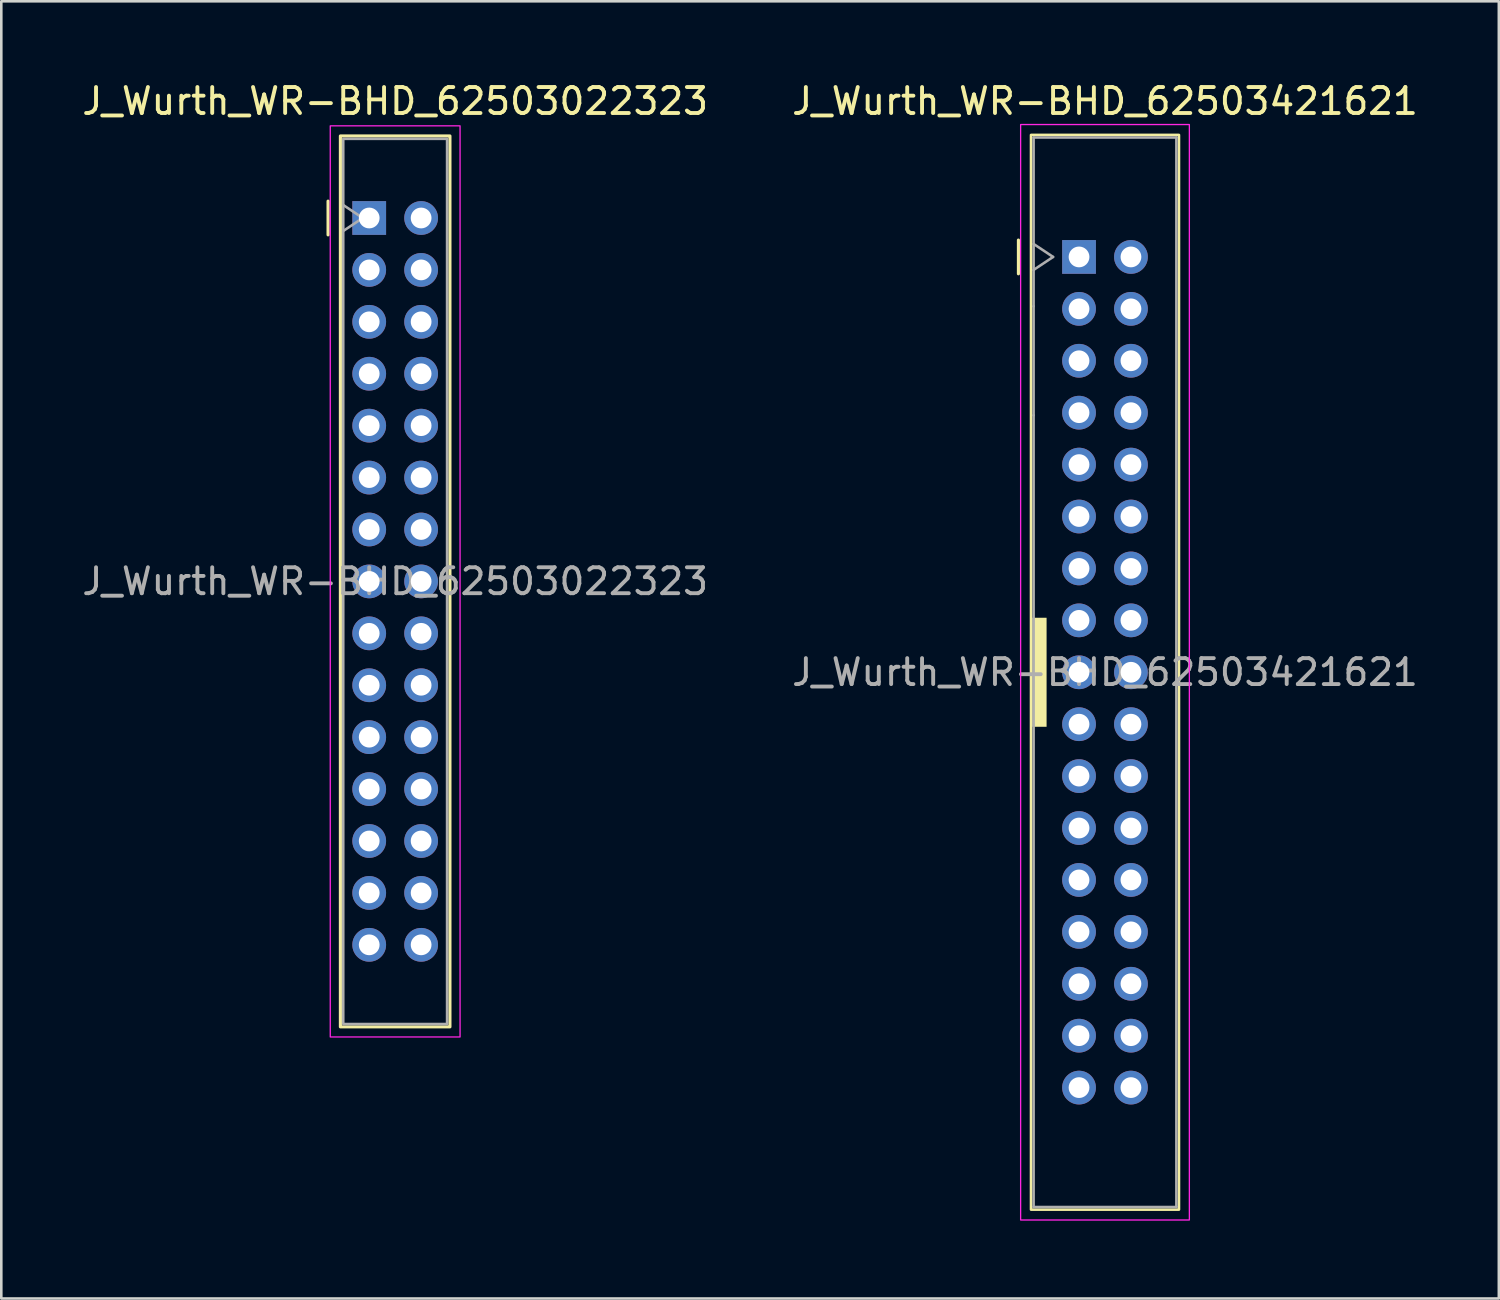
<source format=kicad_pcb>
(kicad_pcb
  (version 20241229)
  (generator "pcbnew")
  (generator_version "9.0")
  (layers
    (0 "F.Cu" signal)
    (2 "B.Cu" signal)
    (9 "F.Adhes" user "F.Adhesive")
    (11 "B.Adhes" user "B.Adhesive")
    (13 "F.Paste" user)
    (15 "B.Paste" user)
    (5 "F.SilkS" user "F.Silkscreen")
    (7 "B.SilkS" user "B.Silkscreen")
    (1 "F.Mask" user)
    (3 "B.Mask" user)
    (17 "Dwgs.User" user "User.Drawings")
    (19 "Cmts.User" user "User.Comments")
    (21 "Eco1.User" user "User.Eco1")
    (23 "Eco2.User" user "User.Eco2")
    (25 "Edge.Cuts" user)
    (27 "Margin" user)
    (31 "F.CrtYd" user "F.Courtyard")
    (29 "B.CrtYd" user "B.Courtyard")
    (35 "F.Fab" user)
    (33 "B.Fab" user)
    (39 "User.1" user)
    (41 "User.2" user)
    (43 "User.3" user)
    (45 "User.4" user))
  (footprint "J_Wurth_WR-BHD_62503022323"
    (layer "F.Cu")
    (at 11.173 5.348)
    (property "Reference" "J_Wurth_WR-BHD_62503022323" (at 1 -4.5 0) (unlocked yes) (layer "F.SilkS") (effects (font (size 1 1) (thickness 0.15))))
    (attr through_hole)
    (fp_line (start -1.585 -0.65) (end -1.585 0.65) (stroke (width 0.12) (type solid)) (layer "F.SilkS"))
    (fp_rect (start -1.11 -3.16) (end 3.11 31.16) (stroke (width 0.12) (type solid)) (fill no) (layer "F.SilkS"))
    (fp_rect (start -1.5 -3.55) (end 3.5 31.55) (stroke (width 0.05) (type solid)) (fill no) (layer "F.CrtYd"))
    (fp_line (start -0.25 0) (end -1 -0.5) (stroke (width 0.1) (type solid)) (layer "F.Fab"))
    (fp_line (start -0.25 0) (end -1 0.5) (stroke (width 0.1) (type solid)) (layer "F.Fab"))
    (fp_rect (start -1 -3.05) (end 3 31.05) (stroke (width 0.1) (type solid)) (fill no) (layer "F.Fab"))
    (fp_text user "${REFERENCE}" (at 1 14 0) (unlocked yes) (layer "F.Fab") (effects (font (size 1 1) (thickness 0.15))))
    (pad "1" thru_hole rect (at 0 0 270) (size 1.3 1.3) (drill 0.8) (layers "*.Cu" "*.Mask"))
    (pad "2" thru_hole circle (at 2 0 270) (size 1.3 1.3) (drill 0.8) (layers "*.Cu" "*.Mask"))
    (pad "3" thru_hole circle (at 0 2 270) (size 1.3 1.3) (drill 0.8) (layers "*.Cu" "*.Mask"))
    (pad "4" thru_hole circle (at 2 2 270) (size 1.3 1.3) (drill 0.8) (layers "*.Cu" "*.Mask"))
    (pad "5" thru_hole circle (at 0 4 270) (size 1.3 1.3) (drill 0.8) (layers "*.Cu" "*.Mask"))
    (pad "6" thru_hole circle (at 2 4 270) (size 1.3 1.3) (drill 0.8) (layers "*.Cu" "*.Mask"))
    (pad "7" thru_hole circle (at 0 6 270) (size 1.3 1.3) (drill 0.8) (layers "*.Cu" "*.Mask"))
    (pad "8" thru_hole circle (at 2 6 270) (size 1.3 1.3) (drill 0.8) (layers "*.Cu" "*.Mask"))
    (pad "9" thru_hole circle (at 0 8 270) (size 1.3 1.3) (drill 0.8) (layers "*.Cu" "*.Mask"))
    (pad "10" thru_hole circle (at 2 8 270) (size 1.3 1.3) (drill 0.8) (layers "*.Cu" "*.Mask"))
    (pad "11" thru_hole circle (at 0 10 270) (size 1.3 1.3) (drill 0.8) (layers "*.Cu" "*.Mask"))
    (pad "12" thru_hole circle (at 2 10 270) (size 1.3 1.3) (drill 0.8) (layers "*.Cu" "*.Mask"))
    (pad "13" thru_hole circle (at 0 12 270) (size 1.3 1.3) (drill 0.8) (layers "*.Cu" "*.Mask"))
    (pad "14" thru_hole circle (at 2 12 270) (size 1.3 1.3) (drill 0.8) (layers "*.Cu" "*.Mask"))
    (pad "15" thru_hole circle (at 0 14 270) (size 1.3 1.3) (drill 0.8) (layers "*.Cu" "*.Mask"))
    (pad "16" thru_hole circle (at 2 14 270) (size 1.3 1.3) (drill 0.8) (layers "*.Cu" "*.Mask"))
    (pad "17" thru_hole circle (at 0 16 270) (size 1.3 1.3) (drill 0.8) (layers "*.Cu" "*.Mask"))
    (pad "18" thru_hole circle (at 2 16 270) (size 1.3 1.3) (drill 0.8) (layers "*.Cu" "*.Mask"))
    (pad "19" thru_hole circle (at 0 18 270) (size 1.3 1.3) (drill 0.8) (layers "*.Cu" "*.Mask"))
    (pad "20" thru_hole circle (at 2 18 270) (size 1.3 1.3) (drill 0.8) (layers "*.Cu" "*.Mask"))
    (pad "21" thru_hole circle (at 0 20 270) (size 1.3 1.3) (drill 0.8) (layers "*.Cu" "*.Mask"))
    (pad "22" thru_hole circle (at 2 20 270) (size 1.3 1.3) (drill 0.8) (layers "*.Cu" "*.Mask"))
    (pad "23" thru_hole circle (at 0 22 270) (size 1.3 1.3) (drill 0.8) (layers "*.Cu" "*.Mask"))
    (pad "24" thru_hole circle (at 2 22 270) (size 1.3 1.3) (drill 0.8) (layers "*.Cu" "*.Mask"))
    (pad "25" thru_hole circle (at 0 24 270) (size 1.3 1.3) (drill 0.8) (layers "*.Cu" "*.Mask"))
    (pad "26" thru_hole circle (at 2 24 270) (size 1.3 1.3) (drill 0.8) (layers "*.Cu" "*.Mask"))
    (pad "27" thru_hole circle (at 0 26 270) (size 1.3 1.3) (drill 0.8) (layers "*.Cu" "*.Mask"))
    (pad "28" thru_hole circle (at 2 26 270) (size 1.3 1.3) (drill 0.8) (layers "*.Cu" "*.Mask"))
    (pad "29" thru_hole circle (at 0 28 270) (size 1.3 1.3) (drill 0.8) (layers "*.Cu" "*.Mask"))
    (pad "30" thru_hole circle (at 2 28 270) (size 1.3 1.3) (drill 0.8) (layers "*.Cu" "*.Mask")))
  (footprint "J_Wurth_WR-BHD_62503421621"
    (layer "F.Cu")
    (at 38.518 6.848)
    (property "Reference" "J_Wurth_WR-BHD_62503421621" (at 1 -6 0) (unlocked yes) (layer "F.SilkS") (effects (font (size 1 1) (thickness 0.15))))
    (attr through_hole)
    (fp_line (start -2.335 -0.65) (end -2.335 0.65) (stroke (width 0.12) (type solid)) (layer "F.SilkS"))
    (fp_rect (start -1.8 13.9) (end -1.25 18.1) (stroke (width 0) (type solid)) (fill yes) (layer "F.SilkS"))
    (fp_poly (pts (xy 3.85 36.7) (xy 3.85 -4.7) (xy -1.85 -4.7) (xy -1.85 36.7)) (stroke (width 0.1) (type solid)) (fill no) (layer "F.SilkS"))
    (fp_poly (pts (xy -2.25 -5.1) (xy -2.25 37.1) (xy 4.25 37.1) (xy 4.25 -5.1)) (stroke (width 0.05) (type solid)) (fill no) (layer "F.CrtYd"))
    (fp_line (start -1.75 -4.6) (end -1.75 1.9) (stroke (width 0.1) (type solid)) (layer "F.Fab"))
    (fp_line (start -1.75 1.9) (end -1.75 6.1) (stroke (width 0.1) (type solid)) (layer "F.Fab"))
    (fp_line (start -1.75 6.1) (end -1.75 36.6) (stroke (width 0.1) (type solid)) (layer "F.Fab"))
    (fp_line (start -1.75 36.6) (end 3.75 36.6) (stroke (width 0.1) (type solid)) (layer "F.Fab"))
    (fp_line (start -1 0) (end -1.75 -0.5) (stroke (width 0.1) (type solid)) (layer "F.Fab"))
    (fp_line (start -1 0) (end -1.75 0.5) (stroke (width 0.1) (type solid)) (layer "F.Fab"))
    (fp_line (start 3.75 -4.6) (end -1.75 -4.6) (stroke (width 0.1) (type solid)) (layer "F.Fab"))
    (fp_line (start 3.75 36.6) (end 3.75 -4.6) (stroke (width 0.1) (type solid)) (layer "F.Fab"))
    (fp_text user "${REFERENCE}" (at 1 16 0) (unlocked yes) (layer "F.Fab") (effects (font (size 1 1) (thickness 0.15))))
    (pad "1" thru_hole rect (at 0 0 270) (size 1.3 1.3) (drill 0.8) (layers "*.Cu" "*.Mask"))
    (pad "2" thru_hole circle (at 2 0 270) (size 1.3 1.3) (drill 0.8) (layers "*.Cu" "*.Mask"))
    (pad "3" thru_hole circle (at 0 2 270) (size 1.3 1.3) (drill 0.8) (layers "*.Cu" "*.Mask"))
    (pad "4" thru_hole circle (at 2 2 270) (size 1.3 1.3) (drill 0.8) (layers "*.Cu" "*.Mask"))
    (pad "5" thru_hole circle (at 0 4 270) (size 1.3 1.3) (drill 0.8) (layers "*.Cu" "*.Mask"))
    (pad "6" thru_hole circle (at 2 4 270) (size 1.3 1.3) (drill 0.8) (layers "*.Cu" "*.Mask"))
    (pad "7" thru_hole circle (at 0 6 270) (size 1.3 1.3) (drill 0.8) (layers "*.Cu" "*.Mask"))
    (pad "8" thru_hole circle (at 2 6 270) (size 1.3 1.3) (drill 0.8) (layers "*.Cu" "*.Mask"))
    (pad "9" thru_hole circle (at 0 8 270) (size 1.3 1.3) (drill 0.8) (layers "*.Cu" "*.Mask"))
    (pad "10" thru_hole circle (at 2 8 270) (size 1.3 1.3) (drill 0.8) (layers "*.Cu" "*.Mask"))
    (pad "11" thru_hole circle (at 0 10 270) (size 1.3 1.3) (drill 0.8) (layers "*.Cu" "*.Mask"))
    (pad "12" thru_hole circle (at 2 10 270) (size 1.3 1.3) (drill 0.8) (layers "*.Cu" "*.Mask"))
    (pad "13" thru_hole circle (at 0 12 270) (size 1.3 1.3) (drill 0.8) (layers "*.Cu" "*.Mask"))
    (pad "14" thru_hole circle (at 2 12 270) (size 1.3 1.3) (drill 0.8) (layers "*.Cu" "*.Mask"))
    (pad "15" thru_hole circle (at 0 14 270) (size 1.3 1.3) (drill 0.8) (layers "*.Cu" "*.Mask"))
    (pad "16" thru_hole circle (at 2 14 270) (size 1.3 1.3) (drill 0.8) (layers "*.Cu" "*.Mask"))
    (pad "17" thru_hole circle (at 0 16 270) (size 1.3 1.3) (drill 0.8) (layers "*.Cu" "*.Mask"))
    (pad "18" thru_hole circle (at 2 16 270) (size 1.3 1.3) (drill 0.8) (layers "*.Cu" "*.Mask"))
    (pad "19" thru_hole circle (at 0 18 270) (size 1.3 1.3) (drill 0.8) (layers "*.Cu" "*.Mask"))
    (pad "20" thru_hole circle (at 2 18 270) (size 1.3 1.3) (drill 0.8) (layers "*.Cu" "*.Mask"))
    (pad "21" thru_hole circle (at 0 20 270) (size 1.3 1.3) (drill 0.8) (layers "*.Cu" "*.Mask"))
    (pad "22" thru_hole circle (at 2 20 270) (size 1.3 1.3) (drill 0.8) (layers "*.Cu" "*.Mask"))
    (pad "23" thru_hole circle (at 0 22 270) (size 1.3 1.3) (drill 0.8) (layers "*.Cu" "*.Mask"))
    (pad "24" thru_hole circle (at 2 22 270) (size 1.3 1.3) (drill 0.8) (layers "*.Cu" "*.Mask"))
    (pad "25" thru_hole circle (at 0 24 270) (size 1.3 1.3) (drill 0.8) (layers "*.Cu" "*.Mask"))
    (pad "26" thru_hole circle (at 2 24 270) (size 1.3 1.3) (drill 0.8) (layers "*.Cu" "*.Mask"))
    (pad "27" thru_hole circle (at 0 26 270) (size 1.3 1.3) (drill 0.8) (layers "*.Cu" "*.Mask"))
    (pad "28" thru_hole circle (at 2 26 270) (size 1.3 1.3) (drill 0.8) (layers "*.Cu" "*.Mask"))
    (pad "29" thru_hole circle (at 0 28 270) (size 1.3 1.3) (drill 0.8) (layers "*.Cu" "*.Mask"))
    (pad "30" thru_hole circle (at 2 28 270) (size 1.3 1.3) (drill 0.8) (layers "*.Cu" "*.Mask"))
    (pad "31" thru_hole circle (at 0 30 270) (size 1.3 1.3) (drill 0.8) (layers "*.Cu" "*.Mask"))
    (pad "32" thru_hole circle (at 2 30 270) (size 1.3 1.3) (drill 0.8) (layers "*.Cu" "*.Mask"))
    (pad "33" thru_hole circle (at 0 32 270) (size 1.3 1.3) (drill 0.8) (layers "*.Cu" "*.Mask"))
    (pad "34" thru_hole circle (at 2 32 270) (size 1.3 1.3) (drill 0.8) (layers "*.Cu" "*.Mask")))
  (gr_rect
    (start -3 -3)
    (end 54.69 46.973)
    (stroke (width 0.1) (type default))
    (fill no)
    (layer "Edge.Cuts")))
</source>
